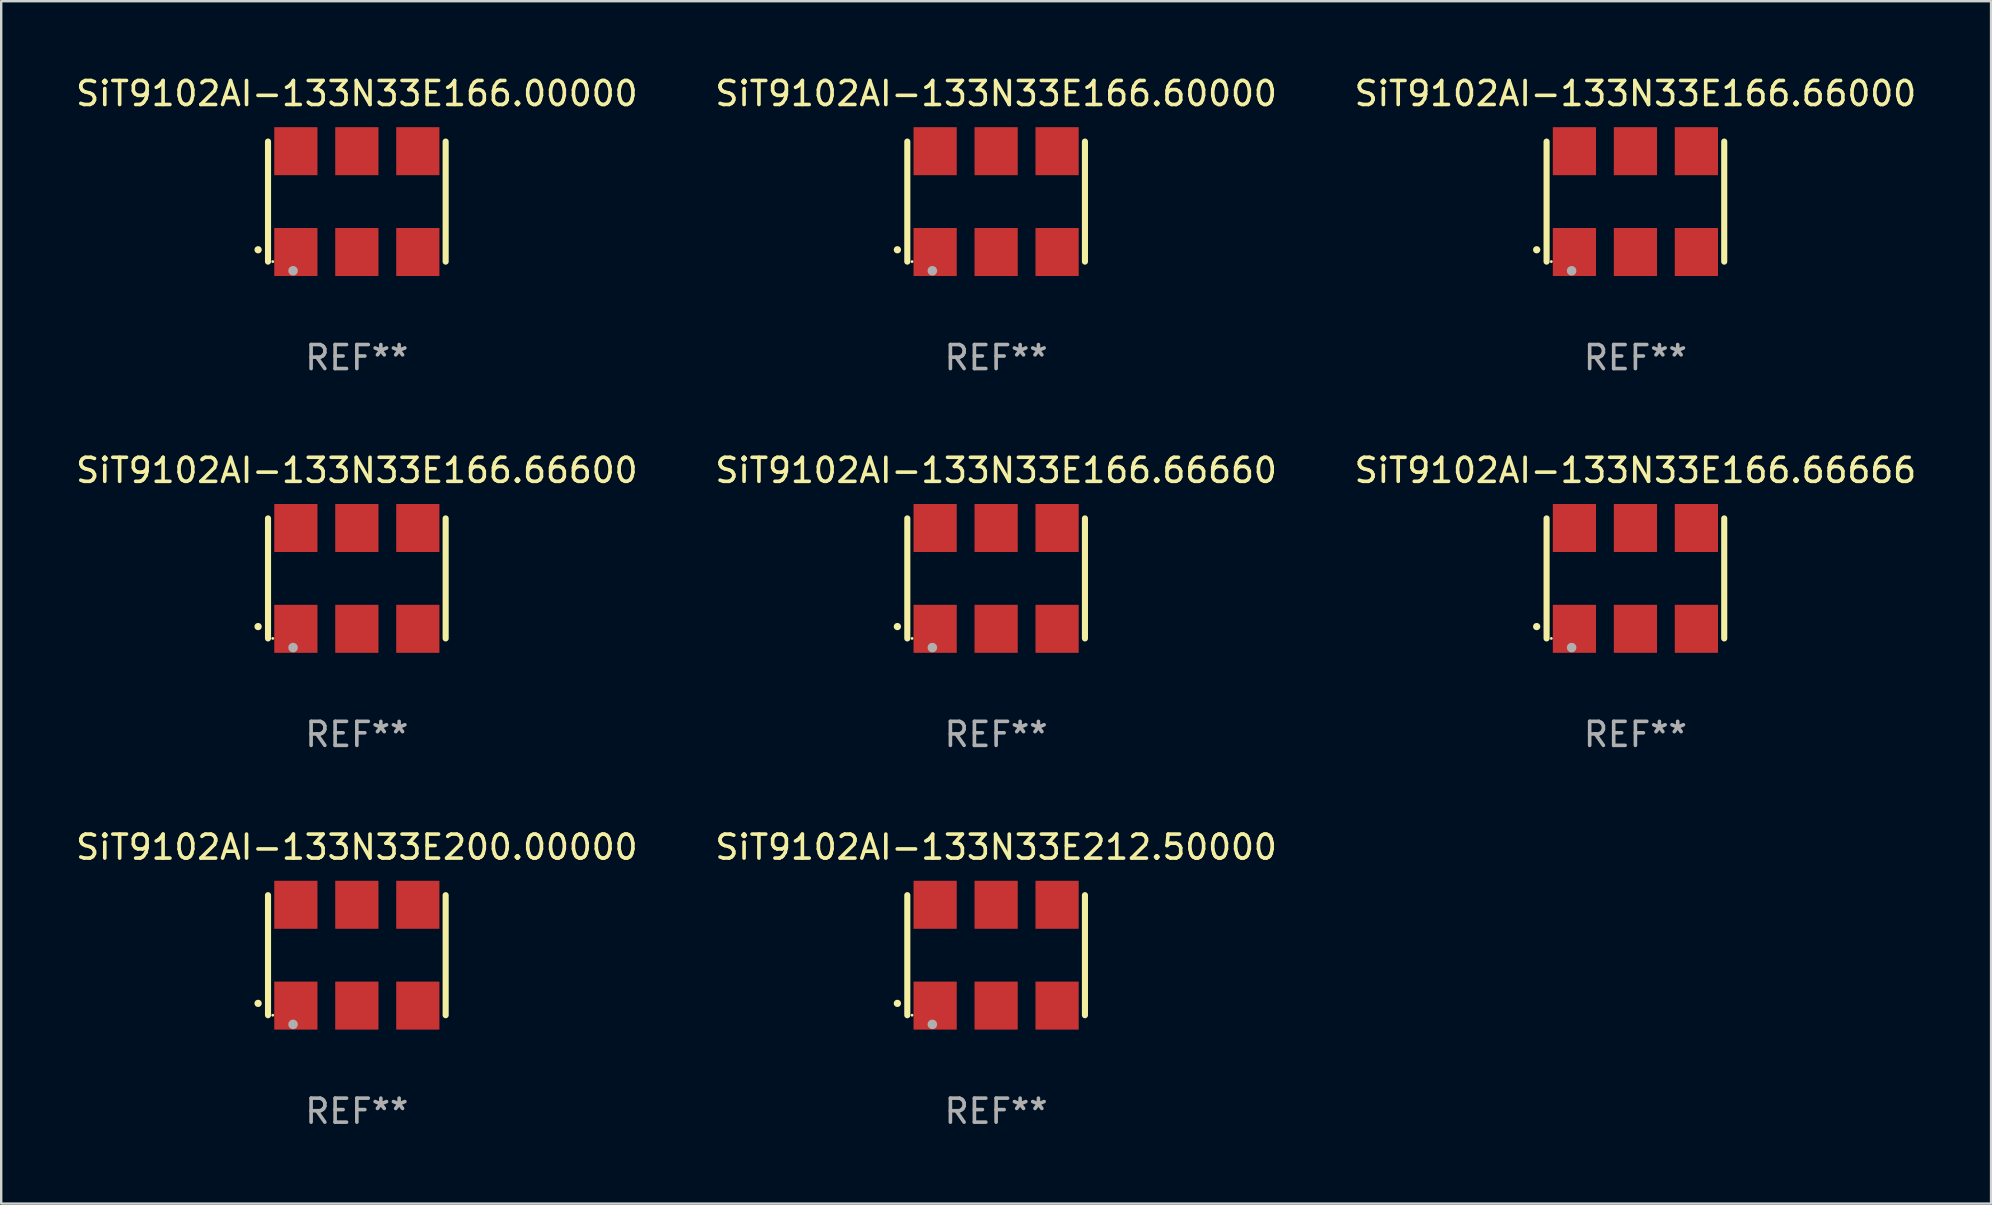
<source format=kicad_pcb>
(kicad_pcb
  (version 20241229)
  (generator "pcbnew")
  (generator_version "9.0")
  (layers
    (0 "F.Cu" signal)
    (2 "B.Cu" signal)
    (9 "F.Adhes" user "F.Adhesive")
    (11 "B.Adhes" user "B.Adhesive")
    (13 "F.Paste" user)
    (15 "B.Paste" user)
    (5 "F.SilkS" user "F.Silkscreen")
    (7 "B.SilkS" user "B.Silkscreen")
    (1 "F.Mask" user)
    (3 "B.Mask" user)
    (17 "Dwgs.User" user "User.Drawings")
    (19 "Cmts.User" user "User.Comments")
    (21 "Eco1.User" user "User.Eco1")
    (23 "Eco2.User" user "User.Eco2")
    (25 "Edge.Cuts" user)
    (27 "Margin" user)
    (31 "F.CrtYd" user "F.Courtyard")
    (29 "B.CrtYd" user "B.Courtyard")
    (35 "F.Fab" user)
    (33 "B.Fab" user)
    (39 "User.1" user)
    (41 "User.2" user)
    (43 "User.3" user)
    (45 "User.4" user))
  (footprint "SiT9102AI-133N33E200.00000"
    (layer "F.Cu")
    (at 11.815 36.741)
    (property "Reference" "SiT9102AI-133N33E200.00000" (at 0 -4.5 0) (layer "F.SilkS") (effects (font (size 1 1) (thickness 0.15))))
    (attr through_hole)
    (fp_line (start -3.7 -2.5) (end -3.7 2.5) (stroke (width 0.254) (type solid)) (layer "F.SilkS"))
    (fp_line (start 3.7 -2.5) (end 3.7 2.5) (stroke (width 0.254) (type solid)) (layer "F.SilkS"))
    (fp_arc (start -4.114415 2.006604) (mid -4.113145 2.006599) (end -4.111875 2.006604) (stroke (width 0.3) (type solid)) (layer "F.SilkS"))
    (fp_circle (center -3.502 2.5) (end -3.472 2.5) (stroke (width 0.06) (type solid)) (fill no) (layer "F.SilkS"))
    (fp_circle (center -2.657 2.882) (end -2.557 2.882) (stroke (width 0.2) (type solid)) (fill no) (layer "F.Fab"))
    (fp_text user "REF**" (at 0 6.5 0) (layer "F.Fab") (effects (font (size 1 1) (thickness 0.15))))
    (pad "1" smd rect (at -2.54 2.1) (size 1.8 2) (layers "F.Cu" "F.Mask" "F.Paste"))
    (pad "2" smd rect (at 0.000394 2.1) (size 1.8 2) (layers "F.Cu" "F.Mask" "F.Paste"))
    (pad "3" smd rect (at 2.54 2.1) (size 1.8 2) (layers "F.Cu" "F.Mask" "F.Paste"))
    (pad "4" smd rect (at 2.54 -2.1) (size 1.8 2) (layers "F.Cu" "F.Mask" "F.Paste"))
    (pad "5" smd rect (at 0.000394 -2.1) (size 1.8 2) (layers "F.Cu" "F.Mask" "F.Paste"))
    (pad "6" smd rect (at -2.54 -2.1) (size 1.8 2) (layers "F.Cu" "F.Mask" "F.Paste")))
  (footprint "SiT9102AI-133N33E166.66660"
    (layer "F.Cu")
    (at 38.446 21.045)
    (property "Reference" "SiT9102AI-133N33E166.66660" (at 0 -4.5 0) (layer "F.SilkS") (effects (font (size 1 1) (thickness 0.15))))
    (attr through_hole)
    (fp_line (start -3.7 -2.5) (end -3.7 2.5) (stroke (width 0.254) (type solid)) (layer "F.SilkS"))
    (fp_line (start 3.7 -2.5) (end 3.7 2.5) (stroke (width 0.254) (type solid)) (layer "F.SilkS"))
    (fp_arc (start -4.114415 2.006604) (mid -4.113145 2.006599) (end -4.111875 2.006604) (stroke (width 0.3) (type solid)) (layer "F.SilkS"))
    (fp_circle (center -3.502 2.5) (end -3.472 2.5) (stroke (width 0.06) (type solid)) (fill no) (layer "F.SilkS"))
    (fp_circle (center -2.657 2.882) (end -2.557 2.882) (stroke (width 0.2) (type solid)) (fill no) (layer "F.Fab"))
    (fp_text user "REF**" (at 0 6.5 0) (layer "F.Fab") (effects (font (size 1 1) (thickness 0.15))))
    (pad "1" smd rect (at -2.54 2.1) (size 1.8 2) (layers "F.Cu" "F.Mask" "F.Paste"))
    (pad "2" smd rect (at 0.000394 2.1) (size 1.8 2) (layers "F.Cu" "F.Mask" "F.Paste"))
    (pad "3" smd rect (at 2.54 2.1) (size 1.8 2) (layers "F.Cu" "F.Mask" "F.Paste"))
    (pad "4" smd rect (at 2.54 -2.1) (size 1.8 2) (layers "F.Cu" "F.Mask" "F.Paste"))
    (pad "5" smd rect (at 0.000394 -2.1) (size 1.8 2) (layers "F.Cu" "F.Mask" "F.Paste"))
    (pad "6" smd rect (at -2.54 -2.1) (size 1.8 2) (layers "F.Cu" "F.Mask" "F.Paste")))
  (footprint "SiT9102AI-133N33E212.50000"
    (layer "F.Cu")
    (at 38.446 36.741)
    (property "Reference" "SiT9102AI-133N33E212.50000" (at 0 -4.5 0) (layer "F.SilkS") (effects (font (size 1 1) (thickness 0.15))))
    (attr through_hole)
    (fp_line (start -3.7 -2.5) (end -3.7 2.5) (stroke (width 0.254) (type solid)) (layer "F.SilkS"))
    (fp_line (start 3.7 -2.5) (end 3.7 2.5) (stroke (width 0.254) (type solid)) (layer "F.SilkS"))
    (fp_arc (start -4.114415 2.006604) (mid -4.113145 2.006599) (end -4.111875 2.006604) (stroke (width 0.3) (type solid)) (layer "F.SilkS"))
    (fp_circle (center -3.502 2.5) (end -3.472 2.5) (stroke (width 0.06) (type solid)) (fill no) (layer "F.SilkS"))
    (fp_circle (center -2.657 2.882) (end -2.557 2.882) (stroke (width 0.2) (type solid)) (fill no) (layer "F.Fab"))
    (fp_text user "REF**" (at 0 6.5 0) (layer "F.Fab") (effects (font (size 1 1) (thickness 0.15))))
    (pad "1" smd rect (at -2.54 2.1) (size 1.8 2) (layers "F.Cu" "F.Mask" "F.Paste"))
    (pad "2" smd rect (at 0.000394 2.1) (size 1.8 2) (layers "F.Cu" "F.Mask" "F.Paste"))
    (pad "3" smd rect (at 2.54 2.1) (size 1.8 2) (layers "F.Cu" "F.Mask" "F.Paste"))
    (pad "4" smd rect (at 2.54 -2.1) (size 1.8 2) (layers "F.Cu" "F.Mask" "F.Paste"))
    (pad "5" smd rect (at 0.000394 -2.1) (size 1.8 2) (layers "F.Cu" "F.Mask" "F.Paste"))
    (pad "6" smd rect (at -2.54 -2.1) (size 1.8 2) (layers "F.Cu" "F.Mask" "F.Paste")))
  (footprint "SiT9102AI-133N33E166.00000"
    (layer "F.Cu")
    (at 11.815 5.348)
    (property "Reference" "SiT9102AI-133N33E166.00000" (at 0 -4.5 0) (layer "F.SilkS") (effects (font (size 1 1) (thickness 0.15))))
    (attr through_hole)
    (fp_line (start -3.7 -2.5) (end -3.7 2.5) (stroke (width 0.254) (type solid)) (layer "F.SilkS"))
    (fp_line (start 3.7 -2.5) (end 3.7 2.5) (stroke (width 0.254) (type solid)) (layer "F.SilkS"))
    (fp_arc (start -4.114415 2.006604) (mid -4.113145 2.006599) (end -4.111875 2.006604) (stroke (width 0.3) (type solid)) (layer "F.SilkS"))
    (fp_circle (center -3.502 2.5) (end -3.472 2.5) (stroke (width 0.06) (type solid)) (fill no) (layer "F.SilkS"))
    (fp_circle (center -2.657 2.882) (end -2.557 2.882) (stroke (width 0.2) (type solid)) (fill no) (layer "F.Fab"))
    (fp_text user "REF**" (at 0 6.5 0) (layer "F.Fab") (effects (font (size 1 1) (thickness 0.15))))
    (pad "1" smd rect (at -2.54 2.1) (size 1.8 2) (layers "F.Cu" "F.Mask" "F.Paste"))
    (pad "2" smd rect (at 0.000394 2.1) (size 1.8 2) (layers "F.Cu" "F.Mask" "F.Paste"))
    (pad "3" smd rect (at 2.54 2.1) (size 1.8 2) (layers "F.Cu" "F.Mask" "F.Paste"))
    (pad "4" smd rect (at 2.54 -2.1) (size 1.8 2) (layers "F.Cu" "F.Mask" "F.Paste"))
    (pad "5" smd rect (at 0.000394 -2.1) (size 1.8 2) (layers "F.Cu" "F.Mask" "F.Paste"))
    (pad "6" smd rect (at -2.54 -2.1) (size 1.8 2) (layers "F.Cu" "F.Mask" "F.Paste")))
  (footprint "SiT9102AI-133N33E166.66000"
    (layer "F.Cu")
    (at 65.077 5.348)
    (property "Reference" "SiT9102AI-133N33E166.66000" (at 0 -4.5 0) (layer "F.SilkS") (effects (font (size 1 1) (thickness 0.15))))
    (attr through_hole)
    (fp_line (start -3.7 -2.5) (end -3.7 2.5) (stroke (width 0.254) (type solid)) (layer "F.SilkS"))
    (fp_line (start 3.7 -2.5) (end 3.7 2.5) (stroke (width 0.254) (type solid)) (layer "F.SilkS"))
    (fp_arc (start -4.114415 2.006604) (mid -4.113145 2.006599) (end -4.111875 2.006604) (stroke (width 0.3) (type solid)) (layer "F.SilkS"))
    (fp_circle (center -3.502 2.5) (end -3.472 2.5) (stroke (width 0.06) (type solid)) (fill no) (layer "F.SilkS"))
    (fp_circle (center -2.657 2.882) (end -2.557 2.882) (stroke (width 0.2) (type solid)) (fill no) (layer "F.Fab"))
    (fp_text user "REF**" (at 0 6.5 0) (layer "F.Fab") (effects (font (size 1 1) (thickness 0.15))))
    (pad "1" smd rect (at -2.54 2.1) (size 1.8 2) (layers "F.Cu" "F.Mask" "F.Paste"))
    (pad "2" smd rect (at 0.000394 2.1) (size 1.8 2) (layers "F.Cu" "F.Mask" "F.Paste"))
    (pad "3" smd rect (at 2.54 2.1) (size 1.8 2) (layers "F.Cu" "F.Mask" "F.Paste"))
    (pad "4" smd rect (at 2.54 -2.1) (size 1.8 2) (layers "F.Cu" "F.Mask" "F.Paste"))
    (pad "5" smd rect (at 0.000394 -2.1) (size 1.8 2) (layers "F.Cu" "F.Mask" "F.Paste"))
    (pad "6" smd rect (at -2.54 -2.1) (size 1.8 2) (layers "F.Cu" "F.Mask" "F.Paste")))
  (footprint "SiT9102AI-133N33E166.60000"
    (layer "F.Cu")
    (at 38.446 5.348)
    (property "Reference" "SiT9102AI-133N33E166.60000" (at 0 -4.5 0) (layer "F.SilkS") (effects (font (size 1 1) (thickness 0.15))))
    (attr through_hole)
    (fp_line (start -3.7 -2.5) (end -3.7 2.5) (stroke (width 0.254) (type solid)) (layer "F.SilkS"))
    (fp_line (start 3.7 -2.5) (end 3.7 2.5) (stroke (width 0.254) (type solid)) (layer "F.SilkS"))
    (fp_arc (start -4.114415 2.006604) (mid -4.113145 2.006599) (end -4.111875 2.006604) (stroke (width 0.3) (type solid)) (layer "F.SilkS"))
    (fp_circle (center -3.502 2.5) (end -3.472 2.5) (stroke (width 0.06) (type solid)) (fill no) (layer "F.SilkS"))
    (fp_circle (center -2.657 2.882) (end -2.557 2.882) (stroke (width 0.2) (type solid)) (fill no) (layer "F.Fab"))
    (fp_text user "REF**" (at 0 6.5 0) (layer "F.Fab") (effects (font (size 1 1) (thickness 0.15))))
    (pad "1" smd rect (at -2.54 2.1) (size 1.8 2) (layers "F.Cu" "F.Mask" "F.Paste"))
    (pad "2" smd rect (at 0.000394 2.1) (size 1.8 2) (layers "F.Cu" "F.Mask" "F.Paste"))
    (pad "3" smd rect (at 2.54 2.1) (size 1.8 2) (layers "F.Cu" "F.Mask" "F.Paste"))
    (pad "4" smd rect (at 2.54 -2.1) (size 1.8 2) (layers "F.Cu" "F.Mask" "F.Paste"))
    (pad "5" smd rect (at 0.000394 -2.1) (size 1.8 2) (layers "F.Cu" "F.Mask" "F.Paste"))
    (pad "6" smd rect (at -2.54 -2.1) (size 1.8 2) (layers "F.Cu" "F.Mask" "F.Paste")))
  (footprint "SiT9102AI-133N33E166.66666"
    (layer "F.Cu")
    (at 65.077 21.045)
    (property "Reference" "SiT9102AI-133N33E166.66666" (at 0 -4.5 0) (layer "F.SilkS") (effects (font (size 1 1) (thickness 0.15))))
    (attr through_hole)
    (fp_line (start -3.7 -2.5) (end -3.7 2.5) (stroke (width 0.254) (type solid)) (layer "F.SilkS"))
    (fp_line (start 3.7 -2.5) (end 3.7 2.5) (stroke (width 0.254) (type solid)) (layer "F.SilkS"))
    (fp_arc (start -4.114415 2.006604) (mid -4.113145 2.006599) (end -4.111875 2.006604) (stroke (width 0.3) (type solid)) (layer "F.SilkS"))
    (fp_circle (center -3.502 2.5) (end -3.472 2.5) (stroke (width 0.06) (type solid)) (fill no) (layer "F.SilkS"))
    (fp_circle (center -2.657 2.882) (end -2.557 2.882) (stroke (width 0.2) (type solid)) (fill no) (layer "F.Fab"))
    (fp_text user "REF**" (at 0 6.5 0) (layer "F.Fab") (effects (font (size 1 1) (thickness 0.15))))
    (pad "1" smd rect (at -2.54 2.1) (size 1.8 2) (layers "F.Cu" "F.Mask" "F.Paste"))
    (pad "2" smd rect (at 0.000394 2.1) (size 1.8 2) (layers "F.Cu" "F.Mask" "F.Paste"))
    (pad "3" smd rect (at 2.54 2.1) (size 1.8 2) (layers "F.Cu" "F.Mask" "F.Paste"))
    (pad "4" smd rect (at 2.54 -2.1) (size 1.8 2) (layers "F.Cu" "F.Mask" "F.Paste"))
    (pad "5" smd rect (at 0.000394 -2.1) (size 1.8 2) (layers "F.Cu" "F.Mask" "F.Paste"))
    (pad "6" smd rect (at -2.54 -2.1) (size 1.8 2) (layers "F.Cu" "F.Mask" "F.Paste")))
  (footprint "SiT9102AI-133N33E166.66600"
    (layer "F.Cu")
    (at 11.815 21.045)
    (property "Reference" "SiT9102AI-133N33E166.66600" (at 0 -4.5 0) (layer "F.SilkS") (effects (font (size 1 1) (thickness 0.15))))
    (attr through_hole)
    (fp_line (start -3.7 -2.5) (end -3.7 2.5) (stroke (width 0.254) (type solid)) (layer "F.SilkS"))
    (fp_line (start 3.7 -2.5) (end 3.7 2.5) (stroke (width 0.254) (type solid)) (layer "F.SilkS"))
    (fp_arc (start -4.114415 2.006604) (mid -4.113145 2.006599) (end -4.111875 2.006604) (stroke (width 0.3) (type solid)) (layer "F.SilkS"))
    (fp_circle (center -3.502 2.5) (end -3.472 2.5) (stroke (width 0.06) (type solid)) (fill no) (layer "F.SilkS"))
    (fp_circle (center -2.657 2.882) (end -2.557 2.882) (stroke (width 0.2) (type solid)) (fill no) (layer "F.Fab"))
    (fp_text user "REF**" (at 0 6.5 0) (layer "F.Fab") (effects (font (size 1 1) (thickness 0.15))))
    (pad "1" smd rect (at -2.54 2.1) (size 1.8 2) (layers "F.Cu" "F.Mask" "F.Paste"))
    (pad "2" smd rect (at 0.000394 2.1) (size 1.8 2) (layers "F.Cu" "F.Mask" "F.Paste"))
    (pad "3" smd rect (at 2.54 2.1) (size 1.8 2) (layers "F.Cu" "F.Mask" "F.Paste"))
    (pad "4" smd rect (at 2.54 -2.1) (size 1.8 2) (layers "F.Cu" "F.Mask" "F.Paste"))
    (pad "5" smd rect (at 0.000394 -2.1) (size 1.8 2) (layers "F.Cu" "F.Mask" "F.Paste"))
    (pad "6" smd rect (at -2.54 -2.1) (size 1.8 2) (layers "F.Cu" "F.Mask" "F.Paste")))
  (gr_rect
    (start -3 -3)
    (end 79.893 47.09)
    (stroke (width 0.1) (type default))
    (fill no)
    (layer "Edge.Cuts")))
</source>
